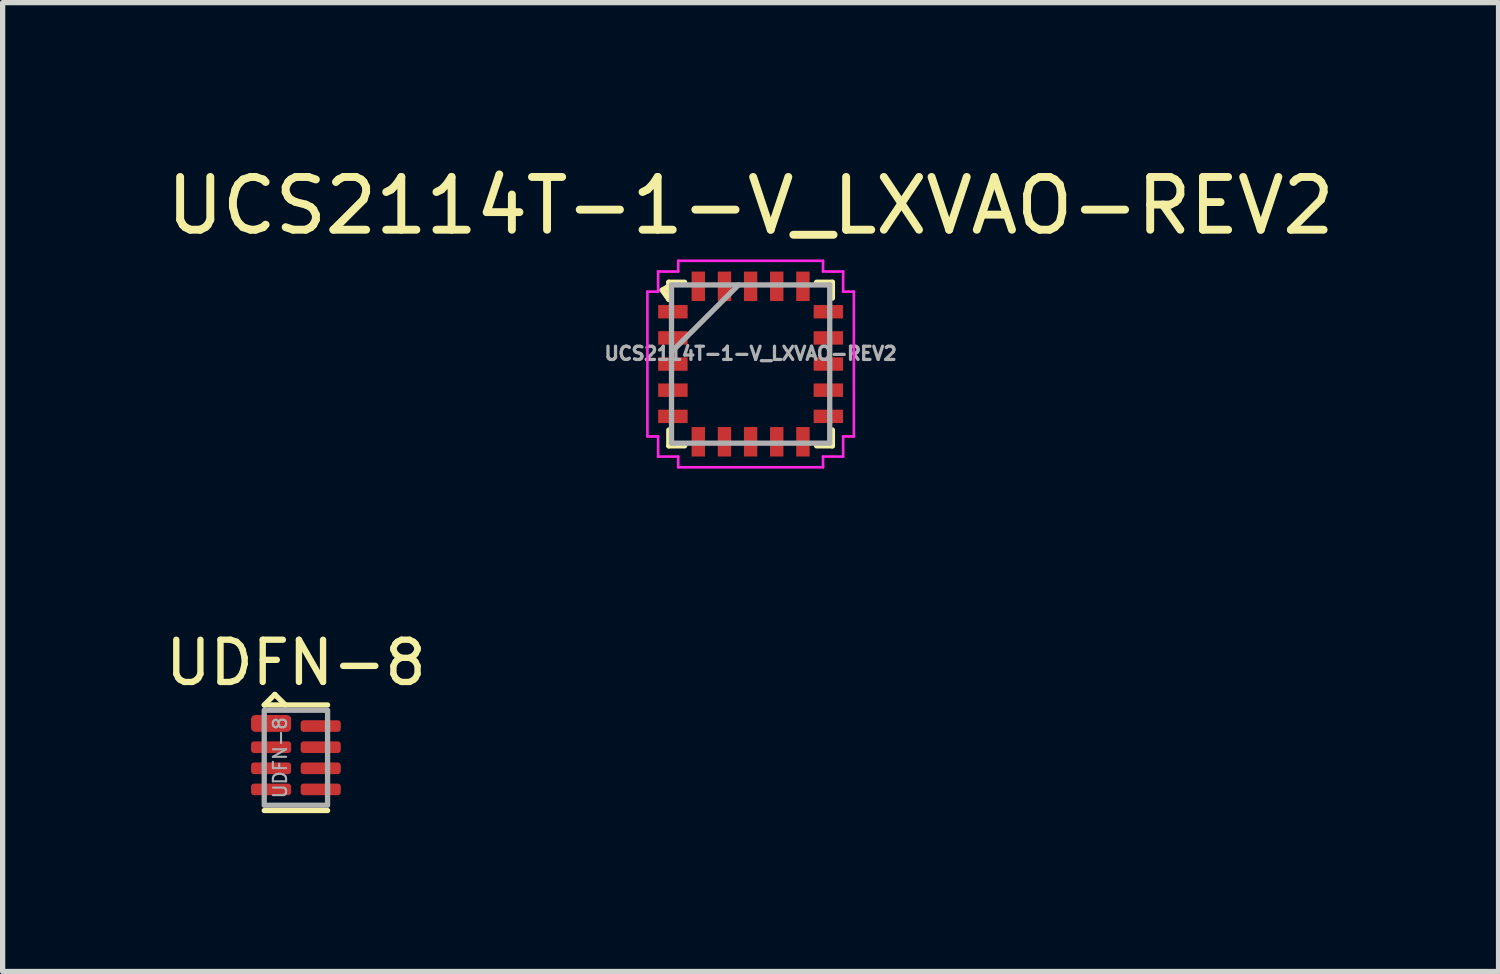
<source format=kicad_pcb>
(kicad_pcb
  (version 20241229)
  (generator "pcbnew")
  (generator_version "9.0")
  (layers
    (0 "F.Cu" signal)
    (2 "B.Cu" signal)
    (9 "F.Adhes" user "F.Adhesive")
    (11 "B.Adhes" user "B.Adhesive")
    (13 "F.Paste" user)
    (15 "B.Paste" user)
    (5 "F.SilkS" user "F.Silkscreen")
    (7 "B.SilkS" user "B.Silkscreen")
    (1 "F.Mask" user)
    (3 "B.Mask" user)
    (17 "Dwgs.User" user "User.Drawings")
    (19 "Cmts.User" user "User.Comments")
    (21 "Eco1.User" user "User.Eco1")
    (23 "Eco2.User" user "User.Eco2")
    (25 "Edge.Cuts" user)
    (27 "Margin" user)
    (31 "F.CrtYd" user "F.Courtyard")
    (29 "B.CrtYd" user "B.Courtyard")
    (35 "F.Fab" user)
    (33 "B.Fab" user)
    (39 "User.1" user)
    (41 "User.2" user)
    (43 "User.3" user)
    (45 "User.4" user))
  (footprint "UCS2114T-1-V_LXVAO-REV2"
    (layer "F.Cu")
    (at 11.173 3.848)
    (property "Reference" "UCS2114T-1-V_LXVAO-REV2" (at 0 -3 0) (layer "F.SilkS") (effects (font (size 1 1) (thickness 0.15))))
    (attr through_hole)
    (fp_line (start -1.675 -1.4) (end -1.55 -1.475) (stroke (width 0.1) (type solid)) (layer "F.SilkS"))
    (fp_line (start -1.55 -1.55) (end -1.55 -1.225) (stroke (width 0.1) (type solid)) (layer "F.SilkS"))
    (fp_line (start -1.55 -1.225) (end -1.675 -1.4) (stroke (width 0.1) (type solid)) (layer "F.SilkS"))
    (fp_line (start -1.55 1.25) (end -1.55 1.55) (stroke (width 0.1) (type solid)) (layer "F.SilkS"))
    (fp_line (start -1.55 1.55) (end -1.25 1.55) (stroke (width 0.1) (type solid)) (layer "F.SilkS"))
    (fp_line (start -1.25 -1.55) (end -1.55 -1.55) (stroke (width 0.1) (type solid)) (layer "F.SilkS"))
    (fp_line (start 1.25 1.55) (end 1.55 1.55) (stroke (width 0.1) (type solid)) (layer "F.SilkS"))
    (fp_line (start 1.55 -1.55) (end 1.25 -1.55) (stroke (width 0.1) (type solid)) (layer "F.SilkS"))
    (fp_line (start 1.55 -1.25) (end 1.55 -1.55) (stroke (width 0.1) (type solid)) (layer "F.SilkS"))
    (fp_line (start 1.55 1.55) (end 1.55 1.25) (stroke (width 0.1) (type solid)) (layer "F.SilkS"))
    (fp_line (start -1.956 -1.372) (end -1.753 -1.372) (stroke (width 0.05) (type solid)) (layer "F.CrtYd"))
    (fp_line (start -1.956 1.372) (end -1.956 -1.372) (stroke (width 0.05) (type solid)) (layer "F.CrtYd"))
    (fp_line (start -1.753 -1.753) (end -1.372 -1.753) (stroke (width 0.05) (type solid)) (layer "F.CrtYd"))
    (fp_line (start -1.753 -1.372) (end -1.753 -1.753) (stroke (width 0.05) (type solid)) (layer "F.CrtYd"))
    (fp_line (start -1.753 1.372) (end -1.956 1.372) (stroke (width 0.05) (type solid)) (layer "F.CrtYd"))
    (fp_line (start -1.753 1.753) (end -1.753 1.372) (stroke (width 0.05) (type solid)) (layer "F.CrtYd"))
    (fp_line (start -1.372 -1.956) (end 1.372 -1.956) (stroke (width 0.05) (type solid)) (layer "F.CrtYd"))
    (fp_line (start -1.372 -1.753) (end -1.372 -1.956) (stroke (width 0.05) (type solid)) (layer "F.CrtYd"))
    (fp_line (start -1.372 1.753) (end -1.753 1.753) (stroke (width 0.05) (type solid)) (layer "F.CrtYd"))
    (fp_line (start -1.372 1.956) (end -1.372 1.753) (stroke (width 0.05) (type solid)) (layer "F.CrtYd"))
    (fp_line (start 1.372 -1.956) (end 1.372 -1.753) (stroke (width 0.05) (type solid)) (layer "F.CrtYd"))
    (fp_line (start 1.372 -1.753) (end 1.753 -1.753) (stroke (width 0.05) (type solid)) (layer "F.CrtYd"))
    (fp_line (start 1.372 1.753) (end 1.372 1.956) (stroke (width 0.05) (type solid)) (layer "F.CrtYd"))
    (fp_line (start 1.372 1.956) (end -1.372 1.956) (stroke (width 0.05) (type solid)) (layer "F.CrtYd"))
    (fp_line (start 1.753 -1.753) (end 1.753 -1.372) (stroke (width 0.05) (type solid)) (layer "F.CrtYd"))
    (fp_line (start 1.753 -1.372) (end 1.956 -1.372) (stroke (width 0.05) (type solid)) (layer "F.CrtYd"))
    (fp_line (start 1.753 1.372) (end 1.753 1.753) (stroke (width 0.05) (type solid)) (layer "F.CrtYd"))
    (fp_line (start 1.753 1.753) (end 1.372 1.753) (stroke (width 0.05) (type solid)) (layer "F.CrtYd"))
    (fp_line (start 1.956 -1.372) (end 1.956 1.372) (stroke (width 0.05) (type solid)) (layer "F.CrtYd"))
    (fp_line (start 1.956 1.372) (end 1.753 1.372) (stroke (width 0.05) (type solid)) (layer "F.CrtYd"))
    (fp_line (start -1.499 -1.499) (end -1.499 1.499) (stroke (width 0.1) (type solid)) (layer "F.Fab"))
    (fp_line (start -1.499 -0.229) (end -0.229 -1.499) (stroke (width 0.1) (type solid)) (layer "F.Fab"))
    (fp_line (start -1.499 1.499) (end 1.499 1.499) (stroke (width 0.1) (type solid)) (layer "F.Fab"))
    (fp_line (start 1.499 -1.499) (end -1.499 -1.499) (stroke (width 0.1) (type solid)) (layer "F.Fab"))
    (fp_line (start 1.499 1.499) (end 1.499 -1.499) (stroke (width 0.1) (type solid)) (layer "F.Fab"))
    (fp_text user "${REFERENCE}" (at 0 -0.2 0) (layer "F.Fab") (effects (font (size 0.25 0.25) (thickness 0.062))))
    (pad "1" smd rect (at -1.473 -0.991 90) (size 0.254 0.558) (layers "F.Cu" "F.Mask" "F.Paste"))
    (pad "2" smd rect (at -1.473 -0.495 90) (size 0.254 0.558) (layers "F.Cu" "F.Mask" "F.Paste"))
    (pad "3" smd rect (at -1.473 0 90) (size 0.254 0.558) (layers "F.Cu" "F.Mask" "F.Paste"))
    (pad "4" smd rect (at -1.473 0.495 90) (size 0.254 0.558) (layers "F.Cu" "F.Mask" "F.Paste"))
    (pad "5" smd rect (at -1.473 0.991 90) (size 0.254 0.558) (layers "F.Cu" "F.Mask" "F.Paste"))
    (pad "6" smd rect (at -0.991 1.473) (size 0.254 0.558) (layers "F.Cu" "F.Mask" "F.Paste"))
    (pad "7" smd rect (at -0.495 1.473) (size 0.254 0.558) (layers "F.Cu" "F.Mask" "F.Paste"))
    (pad "8" smd rect (at 0 1.473) (size 0.254 0.558) (layers "F.Cu" "F.Mask" "F.Paste"))
    (pad "9" smd rect (at 0.495 1.473) (size 0.254 0.558) (layers "F.Cu" "F.Mask" "F.Paste"))
    (pad "10" smd rect (at 0.991 1.473) (size 0.254 0.558) (layers "F.Cu" "F.Mask" "F.Paste"))
    (pad "11" smd rect (at 1.473 0.991 90) (size 0.254 0.558) (layers "F.Cu" "F.Mask" "F.Paste"))
    (pad "12" smd rect (at 1.473 0.495 90) (size 0.254 0.558) (layers "F.Cu" "F.Mask" "F.Paste"))
    (pad "13" smd rect (at 1.473 0 90) (size 0.254 0.558) (layers "F.Cu" "F.Mask" "F.Paste"))
    (pad "14" smd rect (at 1.473 -0.495 90) (size 0.254 0.558) (layers "F.Cu" "F.Mask" "F.Paste"))
    (pad "15" smd rect (at 1.473 -0.991 90) (size 0.254 0.558) (layers "F.Cu" "F.Mask" "F.Paste"))
    (pad "16" smd rect (at 0.991 -1.473) (size 0.254 0.558) (layers "F.Cu" "F.Mask" "F.Paste"))
    (pad "17" smd rect (at 0.495 -1.473) (size 0.254 0.558) (layers "F.Cu" "F.Mask" "F.Paste"))
    (pad "18" smd rect (at 0 -1.473) (size 0.254 0.558) (layers "F.Cu" "F.Mask" "F.Paste"))
    (pad "19" smd rect (at -0.495 -1.473) (size 0.254 0.558) (layers "F.Cu" "F.Mask" "F.Paste"))
    (pad "20" smd rect (at -0.991 -1.473) (size 0.254 0.558) (layers "F.Cu" "F.Mask" "F.Paste"))
    (zone (net_name "") (layer "F.Cu") (hatch edge 0.508) (connect_pads) (min_thickness 0.254) (filled_areas_thickness no) (keepout (tracks allowed) (vias allowed) (pads allowed) (copperpour not_allowed) (footprints allowed)) (placement (enabled no)) (fill) (polygon (pts (xy 12.173 4.848) (xy 10.173 4.848) (xy 10.173 4.198) (xy 12.173 4.198)))))
  (footprint "UDFN-8"
    (layer "F.Cu")
    (at 2.557 11.308)
    (property "Reference" "UDFN-8" (at 0 -1.8 0) (unlocked yes) (layer "F.SilkS") (effects (font (size 0.8 0.8) (thickness 0.12))))
    (attr smd)
    (fp_line (start -0.6 -1) (end -0.4 -1.2) (stroke (width 0.1) (type default)) (layer "F.SilkS"))
    (fp_line (start -0.4 -1.2) (end -0.2 -1) (stroke (width 0.1) (type default)) (layer "F.SilkS"))
    (fp_line (start 0.6 -1) (end -0.6 -1) (stroke (width 0.1) (type default)) (layer "F.SilkS"))
    (fp_line (start 0.6 1) (end -0.6 1) (stroke (width 0.1) (type default)) (layer "F.SilkS"))
    (fp_rect (start -0.6 -0.9) (end 0.6 0.9) (stroke (width 0.1) (type default)) (fill no) (layer "F.Fab"))
    (fp_text user "${REFERENCE}" (at -0.3 0 90) (unlocked yes) (layer "F.Fab") (effects (font (size 0.25 0.25) (thickness 0.04))))
    (pad "1" smd roundrect (at -0.47 -0.65) (size 0.76 0.32) (layers "F.Cu" "F.Mask" "F.Paste") (roundrect_rratio 0.25))
    (pad "2" smd roundrect (at -0.47 -0.2) (size 0.76 0.22) (layers "F.Cu" "F.Mask" "F.Paste") (roundrect_rratio 0.25))
    (pad "3" smd roundrect (at -0.47 0.2) (size 0.76 0.22) (layers "F.Cu" "F.Mask" "F.Paste") (roundrect_rratio 0.25))
    (pad "4" smd roundrect (at -0.47 0.6) (size 0.76 0.22) (layers "F.Cu" "F.Mask" "F.Paste") (roundrect_rratio 0.25))
    (pad "5" smd roundrect (at 0.47 0.6) (size 0.76 0.22) (layers "F.Cu" "F.Mask" "F.Paste") (roundrect_rratio 0.25))
    (pad "6" smd roundrect (at 0.47 0.2) (size 0.76 0.22) (layers "F.Cu" "F.Mask" "F.Paste") (roundrect_rratio 0.25))
    (pad "7" smd roundrect (at 0.47 -0.2) (size 0.76 0.22) (layers "F.Cu" "F.Mask" "F.Paste") (roundrect_rratio 0.25))
    (pad "8" smd roundrect (at 0.47 -0.6) (size 0.76 0.22) (layers "F.Cu" "F.Mask" "F.Paste") (roundrect_rratio 0.25)))
  (gr_rect
    (start -3 -3)
    (end 25.345 15.358)
    (stroke (width 0.1) (type default))
    (fill no)
    (layer "Edge.Cuts")))
</source>
